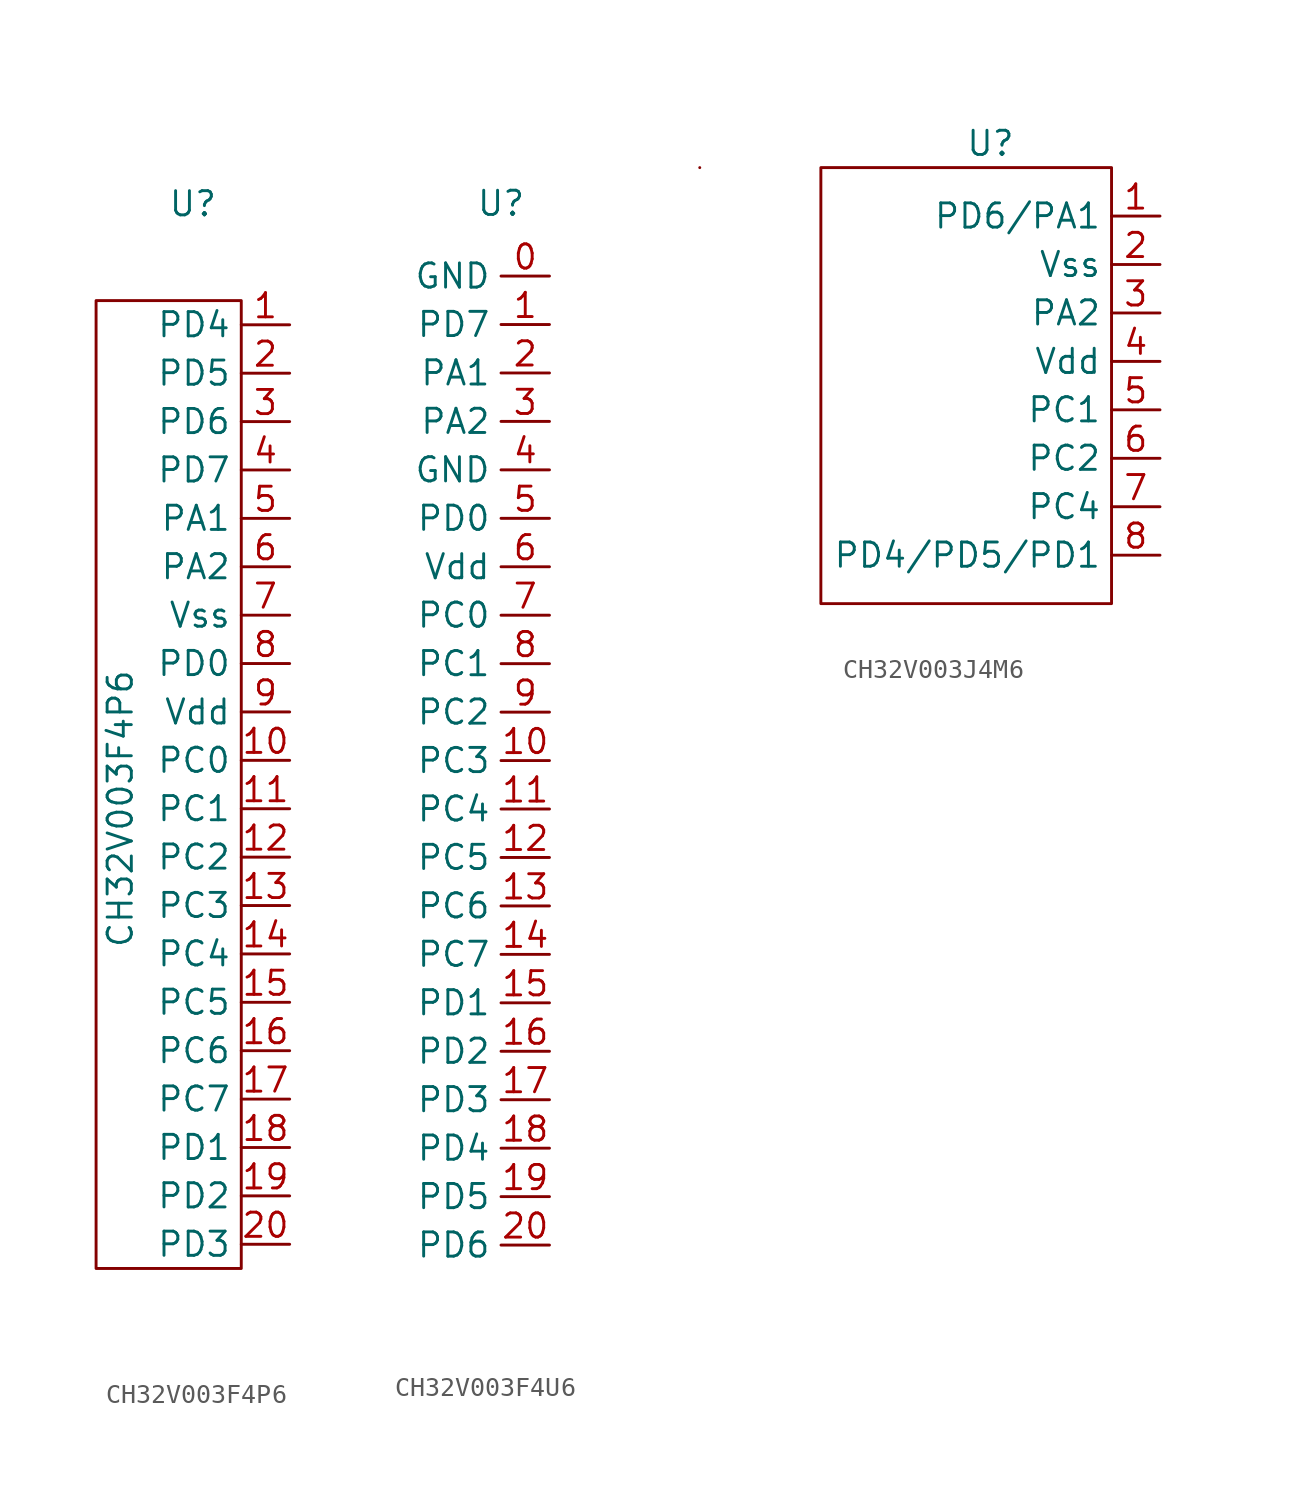
<source format=kicad_sym>
(kicad_symbol_lib
  (version 20220914)
  (generator kicad_symbol_editor)
  (symbol "CH32V003F4P6"
    (property "Reference" "U"
      (at 0 3.81 0)
      (effects (font (size 1.27 1.27))))
    (property "Value" "CH32V003F4P6"
      (at -3.81 -27.94 90)
      (effects (font (size 1.27 1.27))))
    (symbol "CH32V003F4P6_0_1"
      (rectangle (start -5.08 -1.27) (end 2.54 -52.07) (stroke (width 0) (type default)) (fill (type none))))
    (symbol "CH32V003F4P6_1_1"
      (pin bidirectional line (at 5.08 -2.54 180) (length 2.54) (name "PD4" (effects (font (size 1.27 1.27)))) (number "1" (effects (font (size 1.27 1.27)))))
      (pin bidirectional line (at 5.08 -25.4 180) (length 2.54) (name "PC0" (effects (font (size 1.27 1.27)))) (number "10" (effects (font (size 1.27 1.27)))))
      (pin bidirectional line (at 5.08 -27.94 180) (length 2.54) (name "PC1" (effects (font (size 1.27 1.27)))) (number "11" (effects (font (size 1.27 1.27)))))
      (pin bidirectional line (at 5.08 -30.48 180) (length 2.54) (name "PC2" (effects (font (size 1.27 1.27)))) (number "12" (effects (font (size 1.27 1.27)))))
      (pin bidirectional line (at 5.08 -33.02 180) (length 2.54) (name "PC3" (effects (font (size 1.27 1.27)))) (number "13" (effects (font (size 1.27 1.27)))))
      (pin bidirectional line (at 5.08 -35.56 180) (length 2.54) (name "PC4" (effects (font (size 1.27 1.27)))) (number "14" (effects (font (size 1.27 1.27)))))
      (pin bidirectional line (at 5.08 -38.1 180) (length 2.54) (name "PC5" (effects (font (size 1.27 1.27)))) (number "15" (effects (font (size 1.27 1.27)))))
      (pin bidirectional line (at 5.08 -40.64 180) (length 2.54) (name "PC6" (effects (font (size 1.27 1.27)))) (number "16" (effects (font (size 1.27 1.27)))))
      (pin bidirectional line (at 5.08 -43.18 180) (length 2.54) (name "PC7" (effects (font (size 1.27 1.27)))) (number "17" (effects (font (size 1.27 1.27)))))
      (pin bidirectional line (at 5.08 -45.72 180) (length 2.54) (name "PD1" (effects (font (size 1.27 1.27)))) (number "18" (effects (font (size 1.27 1.27)))))
      (pin bidirectional line (at 5.08 -48.26 180) (length 2.54) (name "PD2" (effects (font (size 1.27 1.27)))) (number "19" (effects (font (size 1.27 1.27)))))
      (pin bidirectional line (at 5.08 -5.08 180) (length 2.54) (name "PD5" (effects (font (size 1.27 1.27)))) (number "2" (effects (font (size 1.27 1.27)))))
      (pin bidirectional line (at 5.08 -50.8 180) (length 2.54) (name "PD3" (effects (font (size 1.27 1.27)))) (number "20" (effects (font (size 1.27 1.27)))))
      (pin bidirectional line (at 5.08 -7.62 180) (length 2.54) (name "PD6" (effects (font (size 1.27 1.27)))) (number "3" (effects (font (size 1.27 1.27)))))
      (pin bidirectional line (at 5.08 -10.16 180) (length 2.54) (name "PD7" (effects (font (size 1.27 1.27)))) (number "4" (effects (font (size 1.27 1.27)))))
      (pin bidirectional line (at 5.08 -12.7 180) (length 2.54) (name "PA1" (effects (font (size 1.27 1.27)))) (number "5" (effects (font (size 1.27 1.27)))))
      (pin bidirectional line (at 5.08 -15.24 180) (length 2.54) (name "PA2" (effects (font (size 1.27 1.27)))) (number "6" (effects (font (size 1.27 1.27)))))
      (pin power_in line (at 5.08 -17.78 180) (length 2.54) (name "Vss" (effects (font (size 1.27 1.27)))) (number "7" (effects (font (size 1.27 1.27)))))
      (pin bidirectional line (at 5.08 -20.32 180) (length 2.54) (name "PD0" (effects (font (size 1.27 1.27)))) (number "8" (effects (font (size 1.27 1.27)))))
      (pin power_in line (at 5.08 -22.86 180) (length 2.54) (name "Vdd" (effects (font (size 1.27 1.27)))) (number "9" (effects (font (size 1.27 1.27)))))))
  (symbol "CH32V003F4U6"
    (property "Reference" "U"
      (at 0 0 0)
      (effects (font (size 1.27 1.27))))
    (property "Value" ""
      (at 0 0 0)
      (effects (font (size 1.27 1.27))))
    (symbol "CH32V003F4U6_1_1"
      (pin power_in line (at 2.54 -3.81 180) (length 2.54) (name "GND" (effects (font (size 1.27 1.27)))) (number "0" (effects (font (size 1.27 1.27)))))
      (pin bidirectional line (at 2.54 -6.35 180) (length 2.54) (name "PD7" (effects (font (size 1.27 1.27)))) (number "1" (effects (font (size 1.27 1.27)))))
      (pin bidirectional line (at 2.54 -29.21 180) (length 2.54) (name "PC3" (effects (font (size 1.27 1.27)))) (number "10" (effects (font (size 1.27 1.27)))))
      (pin bidirectional line (at 2.54 -31.75 180) (length 2.54) (name "PC4" (effects (font (size 1.27 1.27)))) (number "11" (effects (font (size 1.27 1.27)))))
      (pin bidirectional line (at 2.54 -34.29 180) (length 2.54) (name "PC5" (effects (font (size 1.27 1.27)))) (number "12" (effects (font (size 1.27 1.27)))))
      (pin bidirectional line (at 2.54 -36.83 180) (length 2.54) (name "PC6" (effects (font (size 1.27 1.27)))) (number "13" (effects (font (size 1.27 1.27)))))
      (pin bidirectional line (at 2.54 -39.37 180) (length 2.54) (name "PC7" (effects (font (size 1.27 1.27)))) (number "14" (effects (font (size 1.27 1.27)))))
      (pin bidirectional line (at 2.54 -41.91 180) (length 2.54) (name "PD1" (effects (font (size 1.27 1.27)))) (number "15" (effects (font (size 1.27 1.27)))))
      (pin bidirectional line (at 2.54 -44.45 180) (length 2.54) (name "PD2" (effects (font (size 1.27 1.27)))) (number "16" (effects (font (size 1.27 1.27)))))
      (pin bidirectional line (at 2.54 -46.99 180) (length 2.54) (name "PD3" (effects (font (size 1.27 1.27)))) (number "17" (effects (font (size 1.27 1.27)))))
      (pin bidirectional line (at 2.54 -49.53 180) (length 2.54) (name "PD4" (effects (font (size 1.27 1.27)))) (number "18" (effects (font (size 1.27 1.27)))))
      (pin bidirectional line (at 2.54 -52.07 180) (length 2.54) (name "PD5" (effects (font (size 1.27 1.27)))) (number "19" (effects (font (size 1.27 1.27)))))
      (pin bidirectional line (at 2.54 -8.89 180) (length 2.54) (name "PA1" (effects (font (size 1.27 1.27)))) (number "2" (effects (font (size 1.27 1.27)))))
      (pin bidirectional line (at 2.54 -54.61 180) (length 2.54) (name "PD6" (effects (font (size 1.27 1.27)))) (number "20" (effects (font (size 1.27 1.27)))))
      (pin bidirectional line (at 2.54 -11.43 180) (length 2.54) (name "PA2" (effects (font (size 1.27 1.27)))) (number "3" (effects (font (size 1.27 1.27)))))
      (pin bidirectional line (at 2.54 -13.97 180) (length 2.54) (name "GND" (effects (font (size 1.27 1.27)))) (number "4" (effects (font (size 1.27 1.27)))))
      (pin bidirectional line (at 2.54 -16.51 180) (length 2.54) (name "PD0" (effects (font (size 1.27 1.27)))) (number "5" (effects (font (size 1.27 1.27)))))
      (pin power_in line (at 2.54 -19.05 180) (length 2.54) (name "Vdd" (effects (font (size 1.27 1.27)))) (number "6" (effects (font (size 1.27 1.27)))))
      (pin bidirectional line (at 2.54 -21.59 180) (length 2.54) (name "PC0" (effects (font (size 1.27 1.27)))) (number "7" (effects (font (size 1.27 1.27)))))
      (pin bidirectional line (at 2.54 -24.13 180) (length 2.54) (name "PC1" (effects (font (size 1.27 1.27)))) (number "8" (effects (font (size 1.27 1.27)))))
      (pin bidirectional line (at 2.54 -26.67 180) (length 2.54) (name "PC2" (effects (font (size 1.27 1.27)))) (number "9" (effects (font (size 1.27 1.27)))))))
  (symbol "CH32V003J4M6"
    (property "Reference" "U"
      (at 8.89 8.89 0)
      (effects (font (size 1.27 1.27))))
    (property "Value" ""
      (at 0 0 0)
      (effects (font (size 1.27 1.27))))
    (symbol "CH32V003J4M6_0_1"
      (rectangle (start -6.35 7.62) (end -6.35 7.62) (stroke (width 0) (type default)) (fill (type none)))
      (rectangle (start 0 7.62) (end 15.24 -15.24) (stroke (width 0) (type default)) (fill (type none))))
    (symbol "CH32V003J4M6_1_1"
      (pin bidirectional line (at 17.78 5.08 180) (length 2.54) (name "PD6/PA1" (effects (font (size 1.27 1.27)))) (number "1" (effects (font (size 1.27 1.27)))))
      (pin power_in line (at 17.78 2.54 180) (length 2.54) (name "Vss" (effects (font (size 1.27 1.27)))) (number "2" (effects (font (size 1.27 1.27)))))
      (pin bidirectional line (at 17.78 0 180) (length 2.54) (name "PA2" (effects (font (size 1.27 1.27)))) (number "3" (effects (font (size 1.27 1.27)))))
      (pin power_in line (at 17.78 -2.54 180) (length 2.54) (name "Vdd" (effects (font (size 1.27 1.27)))) (number "4" (effects (font (size 1.27 1.27)))))
      (pin bidirectional line (at 17.78 -5.08 180) (length 2.54) (name "PC1" (effects (font (size 1.27 1.27)))) (number "5" (effects (font (size 1.27 1.27)))))
      (pin bidirectional line (at 17.78 -7.62 180) (length 2.54) (name "PC2" (effects (font (size 1.27 1.27)))) (number "6" (effects (font (size 1.27 1.27)))))
      (pin bidirectional line (at 17.78 -10.16 180) (length 2.54) (name "PC4" (effects (font (size 1.27 1.27)))) (number "7" (effects (font (size 1.27 1.27)))))
      (pin bidirectional line (at 17.78 -12.7 180) (length 2.54) (name "PD4/PD5/PD1" (effects (font (size 1.27 1.27)))) (number "8" (effects (font (size 1.27 1.27))))))))
</source>
